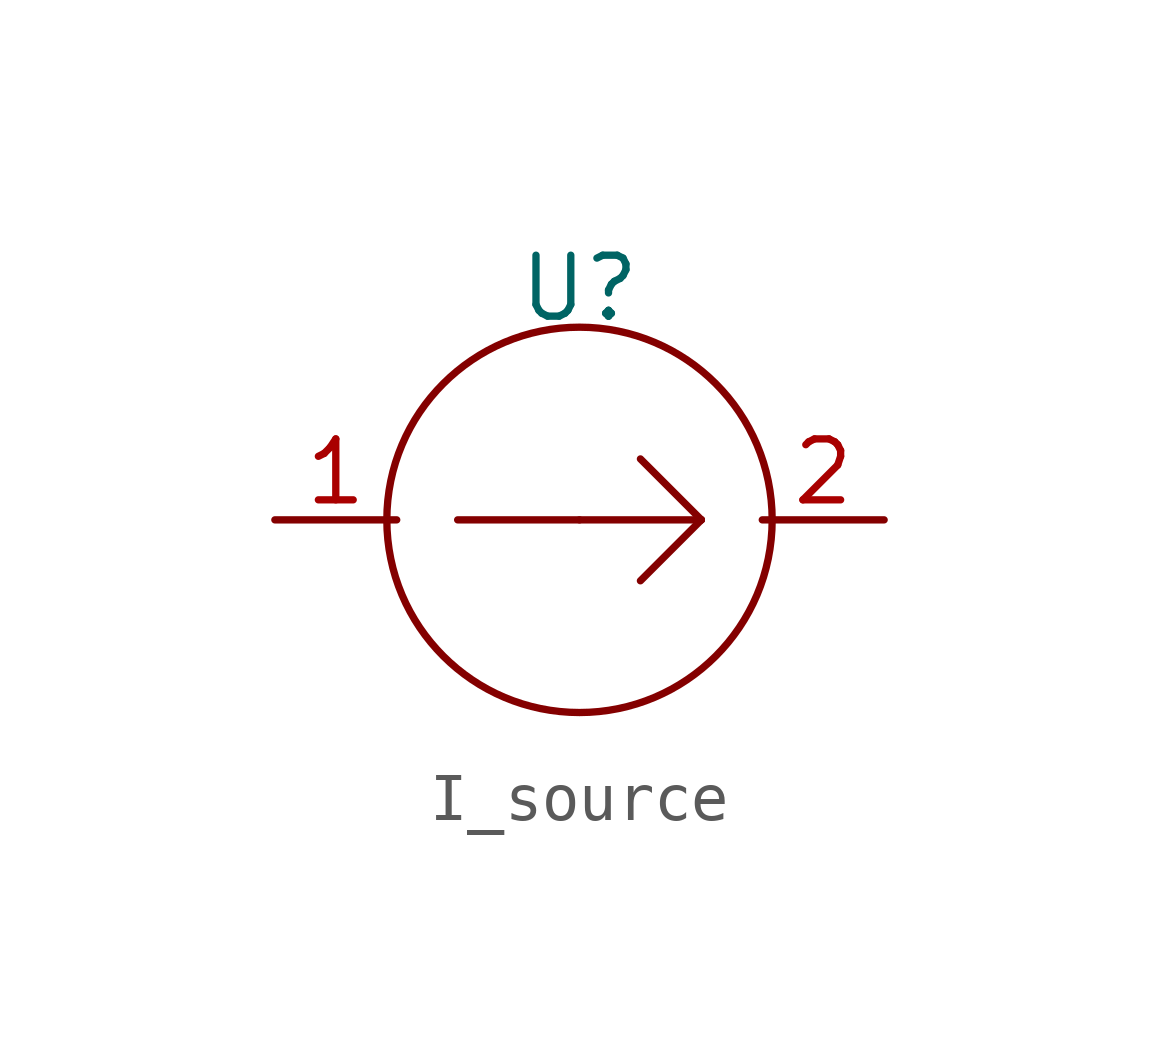
<source format=kicad_sym>
(kicad_symbol_lib
  (version 20241209)
  (generator "kicad_symbol_editor")
  (generator_version "9.0")
  (symbol "I_source"
    (property "Reference" "U"
      (at 0 4.826 0)
      (effects (font (size 1.27 1.27))))
    (property "Value" ""
      (at 0 0 0)
      (effects (font (size 1.27 1.27))))
    (symbol "I_source_0_1"
      (circle (center 0 0) (radius 4.016) (stroke (width 0) (type default)) (fill (type none)))
      (polyline (pts (xy 0 0) (xy -2.54 0)) (stroke (width 0) (type default)) (fill (type none)))
      (polyline (pts (xy 0 0) (xy 2.54 0)) (stroke (width 0) (type default)) (fill (type none)))
      (polyline (pts (xy 2.54 0) (xy 1.27 1.27)) (stroke (width 0) (type default)) (fill (type none)))
      (polyline (pts (xy 2.54 0) (xy 1.27 -1.27)) (stroke (width 0) (type default)) (fill (type none)))
      (polyline (pts (xy 2.54 0) (xy 2.54 0)) (stroke (width 0) (type default)) (fill (type none))))
    (symbol "I_source_1_1"
      (pin input line (at -6.35 0 0) (length 2.54) (name "" (effects (font (size 1.27 1.27)))) (number "1" (effects (font (size 1.27 1.27)))))
      (pin output line (at 6.35 0 180) (length 2.54) (name "" (effects (font (size 1.27 1.27)))) (number "2" (effects (font (size 1.27 1.27))))))))
</source>
